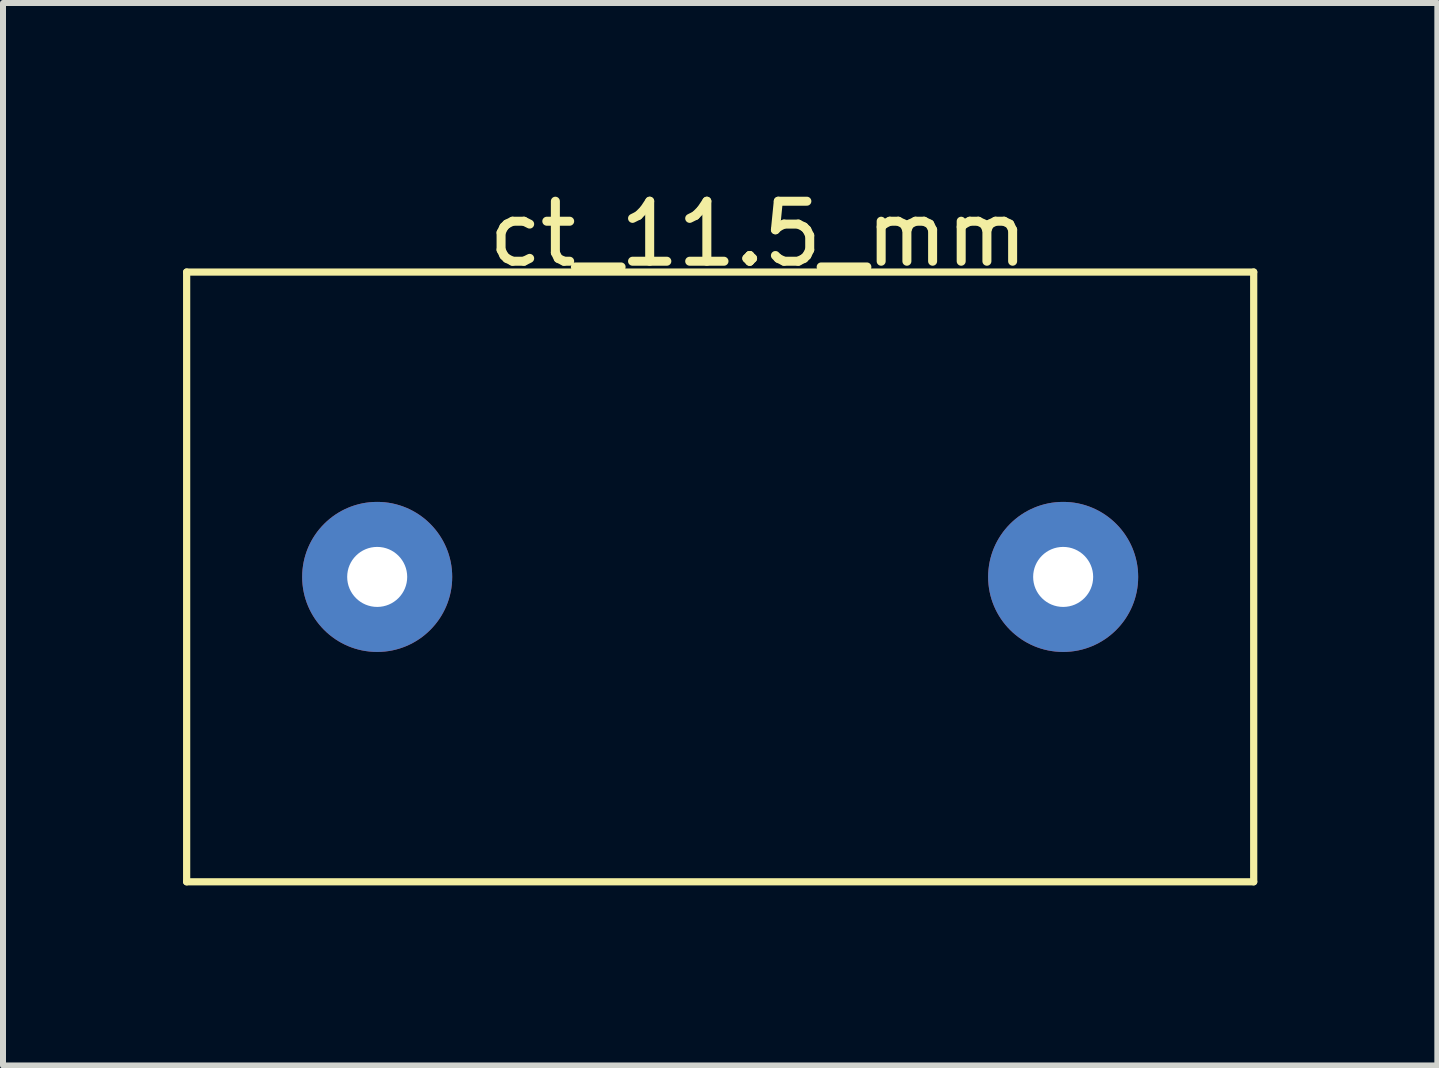
<source format=kicad_pcb>
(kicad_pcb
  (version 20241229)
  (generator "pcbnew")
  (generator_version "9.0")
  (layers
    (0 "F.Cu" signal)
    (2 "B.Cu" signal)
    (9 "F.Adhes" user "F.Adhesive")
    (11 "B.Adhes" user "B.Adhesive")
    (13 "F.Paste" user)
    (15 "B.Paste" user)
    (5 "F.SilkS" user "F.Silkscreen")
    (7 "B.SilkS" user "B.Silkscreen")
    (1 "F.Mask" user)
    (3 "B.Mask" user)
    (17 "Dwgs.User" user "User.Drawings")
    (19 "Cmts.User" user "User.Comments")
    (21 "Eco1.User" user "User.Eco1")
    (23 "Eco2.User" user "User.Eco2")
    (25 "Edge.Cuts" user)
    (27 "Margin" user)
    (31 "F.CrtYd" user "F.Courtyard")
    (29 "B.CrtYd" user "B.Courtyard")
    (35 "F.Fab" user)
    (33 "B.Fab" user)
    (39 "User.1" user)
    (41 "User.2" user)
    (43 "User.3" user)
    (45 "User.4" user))
  (footprint "ct_11.5_mm"
    (layer "F.Cu")
    (at 3.235 6.563)
    (property "Reference" "ct_11.5_mm" (at 6.35 -5.715 0) (layer "F.SilkS") (effects (font (size 1 1) (thickness 0.15))))
    (attr through_hole)
    (fp_line (start -3.175 -5.08) (end 14.605 -5.08) (stroke (width 0.12) (type solid)) (layer "F.SilkS"))
    (fp_line (start -3.175 5.08) (end -3.175 -5.08) (stroke (width 0.12) (type solid)) (layer "F.SilkS"))
    (fp_line (start 14.605 -5.08) (end 14.605 5.08) (stroke (width 0.12) (type solid)) (layer "F.SilkS"))
    (fp_line (start 14.605 5.08) (end -3.175 5.08) (stroke (width 0.12) (type solid)) (layer "F.SilkS"))
    (pad "1" thru_hole circle (at 0 0) (size 2.5 2.5) (drill 1) (layers "*.Cu" "*.Mask"))
    (pad "2" thru_hole circle (at 11.43 0) (size 2.5 2.5) (drill 1) (layers "*.Cu" "*.Mask")))
  (gr_rect
    (start -3 -3)
    (end 20.9 14.703)
    (stroke (width 0.1) (type default))
    (fill no)
    (layer "Edge.Cuts")))
</source>
